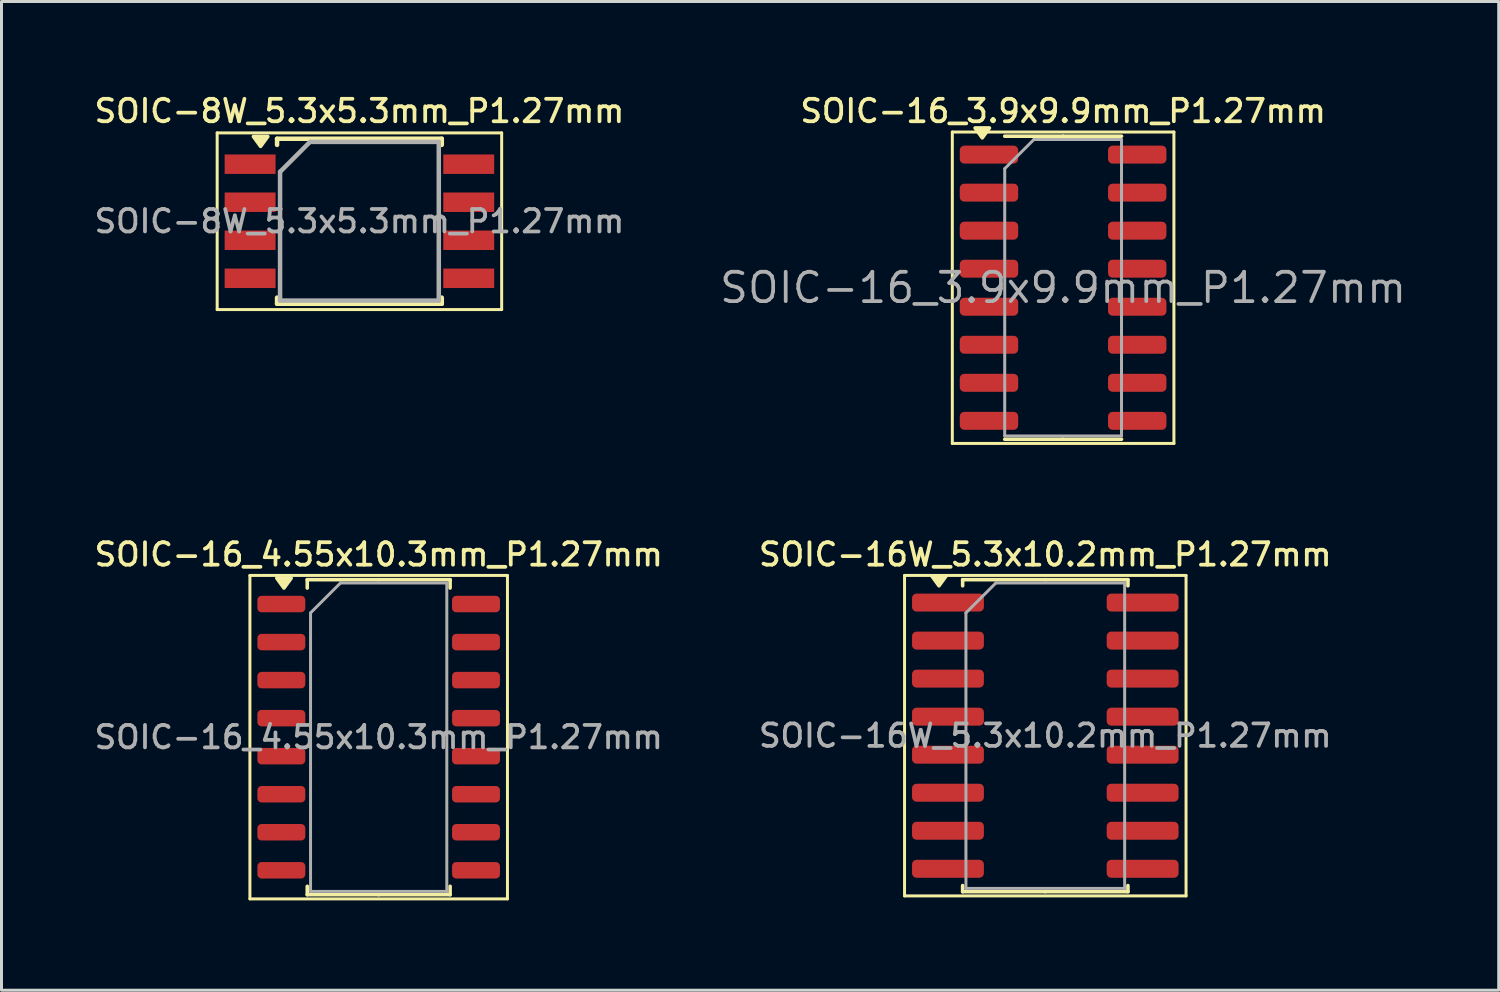
<source format=kicad_pcb>
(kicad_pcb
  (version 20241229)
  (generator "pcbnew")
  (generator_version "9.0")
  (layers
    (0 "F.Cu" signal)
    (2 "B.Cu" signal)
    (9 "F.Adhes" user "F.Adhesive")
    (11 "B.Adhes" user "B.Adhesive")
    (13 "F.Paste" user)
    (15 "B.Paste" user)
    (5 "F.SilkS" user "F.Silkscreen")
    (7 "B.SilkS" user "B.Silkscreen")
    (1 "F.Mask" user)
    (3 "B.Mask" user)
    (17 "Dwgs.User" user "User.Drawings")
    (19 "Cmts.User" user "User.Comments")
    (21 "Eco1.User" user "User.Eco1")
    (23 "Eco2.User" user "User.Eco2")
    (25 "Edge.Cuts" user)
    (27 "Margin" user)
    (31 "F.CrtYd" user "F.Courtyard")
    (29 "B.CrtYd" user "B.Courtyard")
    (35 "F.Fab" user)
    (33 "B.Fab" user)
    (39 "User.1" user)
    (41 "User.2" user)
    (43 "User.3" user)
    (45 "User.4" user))
  (footprint "SOIC-16W_5.3x10.2mm_P1.27mm"
    (layer "F.Cu")
    (at 31.855 21.516)
    (property "Reference" "SOIC-16W_5.3x10.2mm_P1.27mm" (at 0 -6.05 0) (layer "F.SilkS") (effects (font (size 0.75 0.75) (thickness 0.125))))
    (attr smd)
    (fp_line (start -4.7 -5.35) (end -4.7 5.35) (stroke (width 0.1) (type solid)) (layer "F.SilkS"))
    (fp_line (start -4.7 5.35) (end 4.7 5.35) (stroke (width 0.1) (type solid)) (layer "F.SilkS"))
    (fp_line (start -2.76 -5.21) (end -2.76 -5.005) (stroke (width 0.12) (type solid)) (layer "F.SilkS"))
    (fp_line (start -2.76 5.21) (end -2.76 5.005) (stroke (width 0.12) (type solid)) (layer "F.SilkS"))
    (fp_line (start 0 -5.21) (end -2.76 -5.21) (stroke (width 0.12) (type solid)) (layer "F.SilkS"))
    (fp_line (start 0 -5.21) (end 2.76 -5.21) (stroke (width 0.12) (type solid)) (layer "F.SilkS"))
    (fp_line (start 0 5.21) (end -2.76 5.21) (stroke (width 0.12) (type solid)) (layer "F.SilkS"))
    (fp_line (start 0 5.21) (end 2.76 5.21) (stroke (width 0.12) (type solid)) (layer "F.SilkS"))
    (fp_line (start 2.76 -5.21) (end 2.76 -5.005) (stroke (width 0.12) (type solid)) (layer "F.SilkS"))
    (fp_line (start 2.76 5.21) (end 2.76 5.005) (stroke (width 0.12) (type solid)) (layer "F.SilkS"))
    (fp_line (start 4.7 -5.35) (end -4.7 -5.35) (stroke (width 0.1) (type solid)) (layer "F.SilkS"))
    (fp_line (start 4.7 5.35) (end 4.7 -5.35) (stroke (width 0.1) (type solid)) (layer "F.SilkS"))
    (fp_poly (pts (xy -3.55 -5.005) (xy -3.79 -5.335) (xy -3.31 -5.335) (xy -3.55 -5.005)) (stroke (width 0.12) (type solid)) (fill yes) (layer "F.SilkS"))
    (fp_line (start -2.65 -4.1) (end -1.65 -5.1) (stroke (width 0.1) (type solid)) (layer "F.Fab"))
    (fp_line (start -2.65 5.1) (end -2.65 -4.1) (stroke (width 0.1) (type solid)) (layer "F.Fab"))
    (fp_line (start -1.65 -5.1) (end 2.65 -5.1) (stroke (width 0.1) (type solid)) (layer "F.Fab"))
    (fp_line (start 2.65 -5.1) (end 2.65 5.1) (stroke (width 0.1) (type solid)) (layer "F.Fab"))
    (fp_line (start 2.65 5.1) (end -2.65 5.1) (stroke (width 0.1) (type solid)) (layer "F.Fab"))
    (fp_text user "${REFERENCE}" (at 0 0 0) (layer "F.Fab") (effects (font (size 0.75 0.75) (thickness 0.125))))
    (pad "1" smd roundrect (at -3.25 -4.445) (size 2.4 0.6) (layers "F.Cu" "F.Mask" "F.Paste") (roundrect_rratio 0.25))
    (pad "2" smd roundrect (at -3.25 -3.175) (size 2.4 0.6) (layers "F.Cu" "F.Mask" "F.Paste") (roundrect_rratio 0.25))
    (pad "3" smd roundrect (at -3.25 -1.905) (size 2.4 0.6) (layers "F.Cu" "F.Mask" "F.Paste") (roundrect_rratio 0.25))
    (pad "4" smd roundrect (at -3.25 -0.635) (size 2.4 0.6) (layers "F.Cu" "F.Mask" "F.Paste") (roundrect_rratio 0.25))
    (pad "5" smd roundrect (at -3.25 0.635) (size 2.4 0.6) (layers "F.Cu" "F.Mask" "F.Paste") (roundrect_rratio 0.25))
    (pad "6" smd roundrect (at -3.25 1.905) (size 2.4 0.6) (layers "F.Cu" "F.Mask" "F.Paste") (roundrect_rratio 0.25))
    (pad "7" smd roundrect (at -3.25 3.175) (size 2.4 0.6) (layers "F.Cu" "F.Mask" "F.Paste") (roundrect_rratio 0.25))
    (pad "8" smd roundrect (at -3.25 4.445) (size 2.4 0.6) (layers "F.Cu" "F.Mask" "F.Paste") (roundrect_rratio 0.25))
    (pad "9" smd roundrect (at 3.25 4.445) (size 2.4 0.6) (layers "F.Cu" "F.Mask" "F.Paste") (roundrect_rratio 0.25))
    (pad "10" smd roundrect (at 3.25 3.175) (size 2.4 0.6) (layers "F.Cu" "F.Mask" "F.Paste") (roundrect_rratio 0.25))
    (pad "11" smd roundrect (at 3.25 1.905) (size 2.4 0.6) (layers "F.Cu" "F.Mask" "F.Paste") (roundrect_rratio 0.25))
    (pad "12" smd roundrect (at 3.25 0.635) (size 2.4 0.6) (layers "F.Cu" "F.Mask" "F.Paste") (roundrect_rratio 0.25))
    (pad "13" smd roundrect (at 3.25 -0.635) (size 2.4 0.6) (layers "F.Cu" "F.Mask" "F.Paste") (roundrect_rratio 0.25))
    (pad "14" smd roundrect (at 3.25 -1.905) (size 2.4 0.6) (layers "F.Cu" "F.Mask" "F.Paste") (roundrect_rratio 0.25))
    (pad "15" smd roundrect (at 3.25 -3.175) (size 2.4 0.6) (layers "F.Cu" "F.Mask" "F.Paste") (roundrect_rratio 0.25))
    (pad "16" smd roundrect (at 3.25 -4.445) (size 2.4 0.6) (layers "F.Cu" "F.Mask" "F.Paste") (roundrect_rratio 0.25)))
  (footprint "SOIC-8W_5.3x5.3mm_P1.27mm"
    (layer "F.Cu")
    (at 8.952 4.338)
    (property "Reference" "SOIC-8W_5.3x5.3mm_P1.27mm" (at 0 -3.68 0) (layer "F.SilkS") (effects (font (size 0.75 0.75) (thickness 0.125))))
    (attr smd)
    (fp_line (start -4.75 -2.95) (end -4.75 2.95) (stroke (width 0.1) (type solid)) (layer "F.SilkS"))
    (fp_line (start -4.75 -2.95) (end 4.75 -2.95) (stroke (width 0.1) (type solid)) (layer "F.SilkS"))
    (fp_line (start -4.75 2.95) (end 4.75 2.95) (stroke (width 0.1) (type solid)) (layer "F.SilkS"))
    (fp_line (start -2.75 -2.755) (end -2.75 -2.55) (stroke (width 0.15) (type solid)) (layer "F.SilkS"))
    (fp_line (start -2.75 -2.755) (end 2.75 -2.755) (stroke (width 0.15) (type solid)) (layer "F.SilkS"))
    (fp_line (start -2.75 2.755) (end -2.75 2.55) (stroke (width 0.15) (type solid)) (layer "F.SilkS"))
    (fp_line (start -2.75 2.755) (end 2.75 2.755) (stroke (width 0.15) (type solid)) (layer "F.SilkS"))
    (fp_line (start 2.75 -2.755) (end 2.75 -2.55) (stroke (width 0.15) (type solid)) (layer "F.SilkS"))
    (fp_line (start 2.75 2.755) (end 2.75 2.55) (stroke (width 0.15) (type solid)) (layer "F.SilkS"))
    (fp_line (start 4.75 -2.95) (end 4.75 2.95) (stroke (width 0.1) (type solid)) (layer "F.SilkS"))
    (fp_poly (pts (xy -3.3 -2.5) (xy -3.54 -2.83) (xy -3.06 -2.83) (xy -3.3 -2.5)) (stroke (width 0.12) (type solid)) (fill yes) (layer "F.SilkS"))
    (fp_line (start -2.65 -1.65) (end -1.65 -2.65) (stroke (width 0.15) (type solid)) (layer "F.Fab"))
    (fp_line (start -2.65 2.65) (end -2.65 -1.65) (stroke (width 0.15) (type solid)) (layer "F.Fab"))
    (fp_line (start -1.65 -2.65) (end 2.65 -2.65) (stroke (width 0.15) (type solid)) (layer "F.Fab"))
    (fp_line (start 2.65 -2.65) (end 2.65 2.65) (stroke (width 0.15) (type solid)) (layer "F.Fab"))
    (fp_line (start 2.65 2.65) (end -2.65 2.65) (stroke (width 0.15) (type solid)) (layer "F.Fab"))
    (fp_text user "${REFERENCE}" (at 0 0 0) (layer "F.Fab") (effects (font (size 0.75 0.75) (thickness 0.125))))
    (pad "1" smd rect (at -3.65 -1.905) (size 1.7 0.65) (layers "F.Cu" "F.Mask" "F.Paste"))
    (pad "2" smd rect (at -3.65 -0.635) (size 1.7 0.65) (layers "F.Cu" "F.Mask" "F.Paste"))
    (pad "3" smd rect (at -3.65 0.635) (size 1.7 0.65) (layers "F.Cu" "F.Mask" "F.Paste"))
    (pad "4" smd rect (at -3.65 1.905) (size 1.7 0.65) (layers "F.Cu" "F.Mask" "F.Paste"))
    (pad "5" smd rect (at 3.65 1.905) (size 1.7 0.65) (layers "F.Cu" "F.Mask" "F.Paste"))
    (pad "6" smd rect (at 3.65 0.635) (size 1.7 0.65) (layers "F.Cu" "F.Mask" "F.Paste"))
    (pad "7" smd rect (at 3.65 -0.635) (size 1.7 0.65) (layers "F.Cu" "F.Mask" "F.Paste"))
    (pad "8" smd rect (at 3.65 -1.905) (size 1.7 0.65) (layers "F.Cu" "F.Mask" "F.Paste")))
  (footprint "SOIC-16_3.9x9.9mm_P1.27mm"
    (layer "F.Cu")
    (at 32.45 6.558)
    (property "Reference" "SOIC-16_3.9x9.9mm_P1.27mm" (at 0 -5.9 0) (layer "F.SilkS") (effects (font (size 0.75 0.75) (thickness 0.125))))
    (attr smd)
    (fp_line (start -3.7 -5.2) (end -3.7 5.2) (stroke (width 0.1) (type solid)) (layer "F.SilkS"))
    (fp_line (start -3.7 5.2) (end 3.7 5.2) (stroke (width 0.1) (type solid)) (layer "F.SilkS"))
    (fp_line (start 0 -5.06) (end -1.95 -5.06) (stroke (width 0.12) (type solid)) (layer "F.SilkS"))
    (fp_line (start 0 -5.06) (end 1.95 -5.06) (stroke (width 0.12) (type solid)) (layer "F.SilkS"))
    (fp_line (start 0 5.06) (end -1.95 5.06) (stroke (width 0.12) (type solid)) (layer "F.SilkS"))
    (fp_line (start 0 5.06) (end 1.95 5.06) (stroke (width 0.12) (type solid)) (layer "F.SilkS"))
    (fp_line (start 3.7 -5.2) (end -3.7 -5.2) (stroke (width 0.1) (type solid)) (layer "F.SilkS"))
    (fp_line (start 3.7 5.2) (end 3.7 -5.2) (stroke (width 0.1) (type solid)) (layer "F.SilkS"))
    (fp_poly (pts (xy -2.7 -5.005) (xy -2.94 -5.335) (xy -2.46 -5.335) (xy -2.7 -5.005)) (stroke (width 0.12) (type solid)) (fill yes) (layer "F.SilkS"))
    (fp_line (start -1.95 -3.975) (end -0.975 -4.95) (stroke (width 0.1) (type solid)) (layer "F.Fab"))
    (fp_line (start -1.95 4.95) (end -1.95 -3.975) (stroke (width 0.1) (type solid)) (layer "F.Fab"))
    (fp_line (start -0.975 -4.95) (end 1.95 -4.95) (stroke (width 0.1) (type solid)) (layer "F.Fab"))
    (fp_line (start 1.95 -4.95) (end 1.95 4.95) (stroke (width 0.1) (type solid)) (layer "F.Fab"))
    (fp_line (start 1.95 4.95) (end -1.95 4.95) (stroke (width 0.1) (type solid)) (layer "F.Fab"))
    (fp_text user "${REFERENCE}" (at 0 0 0) (layer "F.Fab") (effects (font (size 0.98 0.98) (thickness 0.125))))
    (pad "1" smd roundrect (at -2.475 -4.445) (size 1.95 0.6) (layers "F.Cu" "F.Mask" "F.Paste") (roundrect_rratio 0.25))
    (pad "2" smd roundrect (at -2.475 -3.175) (size 1.95 0.6) (layers "F.Cu" "F.Mask" "F.Paste") (roundrect_rratio 0.25))
    (pad "3" smd roundrect (at -2.475 -1.905) (size 1.95 0.6) (layers "F.Cu" "F.Mask" "F.Paste") (roundrect_rratio 0.25))
    (pad "4" smd roundrect (at -2.475 -0.635) (size 1.95 0.6) (layers "F.Cu" "F.Mask" "F.Paste") (roundrect_rratio 0.25))
    (pad "5" smd roundrect (at -2.475 0.635) (size 1.95 0.6) (layers "F.Cu" "F.Mask" "F.Paste") (roundrect_rratio 0.25))
    (pad "6" smd roundrect (at -2.475 1.905) (size 1.95 0.6) (layers "F.Cu" "F.Mask" "F.Paste") (roundrect_rratio 0.25))
    (pad "7" smd roundrect (at -2.475 3.175) (size 1.95 0.6) (layers "F.Cu" "F.Mask" "F.Paste") (roundrect_rratio 0.25))
    (pad "8" smd roundrect (at -2.475 4.445) (size 1.95 0.6) (layers "F.Cu" "F.Mask" "F.Paste") (roundrect_rratio 0.25))
    (pad "9" smd roundrect (at 2.475 4.445) (size 1.95 0.6) (layers "F.Cu" "F.Mask" "F.Paste") (roundrect_rratio 0.25))
    (pad "10" smd roundrect (at 2.475 3.175) (size 1.95 0.6) (layers "F.Cu" "F.Mask" "F.Paste") (roundrect_rratio 0.25))
    (pad "11" smd roundrect (at 2.475 1.905) (size 1.95 0.6) (layers "F.Cu" "F.Mask" "F.Paste") (roundrect_rratio 0.25))
    (pad "12" smd roundrect (at 2.475 0.635) (size 1.95 0.6) (layers "F.Cu" "F.Mask" "F.Paste") (roundrect_rratio 0.25))
    (pad "13" smd roundrect (at 2.475 -0.635) (size 1.95 0.6) (layers "F.Cu" "F.Mask" "F.Paste") (roundrect_rratio 0.25))
    (pad "14" smd roundrect (at 2.475 -1.905) (size 1.95 0.6) (layers "F.Cu" "F.Mask" "F.Paste") (roundrect_rratio 0.25))
    (pad "15" smd roundrect (at 2.475 -3.175) (size 1.95 0.6) (layers "F.Cu" "F.Mask" "F.Paste") (roundrect_rratio 0.25))
    (pad "16" smd roundrect (at 2.475 -4.445) (size 1.95 0.6) (layers "F.Cu" "F.Mask" "F.Paste") (roundrect_rratio 0.25)))
  (footprint "SOIC-16_4.55x10.3mm_P1.27mm"
    (layer "F.Cu")
    (at 9.595 21.566)
    (property "Reference" "SOIC-16_4.55x10.3mm_P1.27mm" (at 0 -6.1 0) (layer "F.SilkS") (effects (font (size 0.75 0.75) (thickness 0.125))))
    (attr smd)
    (fp_line (start -4.3 -5.4) (end -4.3 5.4) (stroke (width 0.1) (type solid)) (layer "F.SilkS"))
    (fp_line (start -4.3 5.4) (end 4.3 5.4) (stroke (width 0.1) (type solid)) (layer "F.SilkS"))
    (fp_line (start -2.385 -5.26) (end -2.385 -4.98) (stroke (width 0.12) (type solid)) (layer "F.SilkS"))
    (fp_line (start -2.385 5.26) (end -2.385 4.98) (stroke (width 0.12) (type solid)) (layer "F.SilkS"))
    (fp_line (start 0 -5.26) (end -2.385 -5.26) (stroke (width 0.12) (type solid)) (layer "F.SilkS"))
    (fp_line (start 0 -5.26) (end 2.385 -5.26) (stroke (width 0.12) (type solid)) (layer "F.SilkS"))
    (fp_line (start 0 5.26) (end -2.385 5.26) (stroke (width 0.12) (type solid)) (layer "F.SilkS"))
    (fp_line (start 0 5.26) (end 2.385 5.26) (stroke (width 0.12) (type solid)) (layer "F.SilkS"))
    (fp_line (start 2.385 -5.26) (end 2.385 -4.98) (stroke (width 0.12) (type solid)) (layer "F.SilkS"))
    (fp_line (start 2.385 5.26) (end 2.385 4.98) (stroke (width 0.12) (type solid)) (layer "F.SilkS"))
    (fp_line (start 4.3 -5.4) (end -4.3 -5.4) (stroke (width 0.1) (type solid)) (layer "F.SilkS"))
    (fp_line (start 4.3 5.4) (end 4.3 -5.4) (stroke (width 0.1) (type solid)) (layer "F.SilkS"))
    (fp_poly (pts (xy -3.163 -4.98) (xy -3.402 -5.31) (xy -2.922 -5.31) (xy -3.163 -4.98)) (stroke (width 0.12) (type solid)) (fill yes) (layer "F.SilkS"))
    (fp_line (start -2.275 -4.15) (end -1.275 -5.15) (stroke (width 0.1) (type solid)) (layer "F.Fab"))
    (fp_line (start -2.275 5.15) (end -2.275 -4.15) (stroke (width 0.1) (type solid)) (layer "F.Fab"))
    (fp_line (start -1.275 -5.15) (end 2.275 -5.15) (stroke (width 0.1) (type solid)) (layer "F.Fab"))
    (fp_line (start 2.275 -5.15) (end 2.275 5.15) (stroke (width 0.1) (type solid)) (layer "F.Fab"))
    (fp_line (start 2.275 5.15) (end -2.275 5.15) (stroke (width 0.1) (type solid)) (layer "F.Fab"))
    (fp_text user "${REFERENCE}" (at 0 0 0) (layer "F.Fab") (effects (font (size 0.75 0.75) (thickness 0.125))))
    (pad "1" smd roundrect (at -3.25 -4.445) (size 1.6 0.55) (layers "F.Cu" "F.Mask" "F.Paste") (roundrect_rratio 0.25))
    (pad "2" smd roundrect (at -3.25 -3.175) (size 1.6 0.55) (layers "F.Cu" "F.Mask" "F.Paste") (roundrect_rratio 0.25))
    (pad "3" smd roundrect (at -3.25 -1.905) (size 1.6 0.55) (layers "F.Cu" "F.Mask" "F.Paste") (roundrect_rratio 0.25))
    (pad "4" smd roundrect (at -3.25 -0.635) (size 1.6 0.55) (layers "F.Cu" "F.Mask" "F.Paste") (roundrect_rratio 0.25))
    (pad "5" smd roundrect (at -3.25 0.635) (size 1.6 0.55) (layers "F.Cu" "F.Mask" "F.Paste") (roundrect_rratio 0.25))
    (pad "6" smd roundrect (at -3.25 1.905) (size 1.6 0.55) (layers "F.Cu" "F.Mask" "F.Paste") (roundrect_rratio 0.25))
    (pad "7" smd roundrect (at -3.25 3.175) (size 1.6 0.55) (layers "F.Cu" "F.Mask" "F.Paste") (roundrect_rratio 0.25))
    (pad "8" smd roundrect (at -3.25 4.445) (size 1.6 0.55) (layers "F.Cu" "F.Mask" "F.Paste") (roundrect_rratio 0.25))
    (pad "9" smd roundrect (at 3.25 4.445) (size 1.6 0.55) (layers "F.Cu" "F.Mask" "F.Paste") (roundrect_rratio 0.25))
    (pad "10" smd roundrect (at 3.25 3.175) (size 1.6 0.55) (layers "F.Cu" "F.Mask" "F.Paste") (roundrect_rratio 0.25))
    (pad "11" smd roundrect (at 3.25 1.905) (size 1.6 0.55) (layers "F.Cu" "F.Mask" "F.Paste") (roundrect_rratio 0.25))
    (pad "12" smd roundrect (at 3.25 0.635) (size 1.6 0.55) (layers "F.Cu" "F.Mask" "F.Paste") (roundrect_rratio 0.25))
    (pad "13" smd roundrect (at 3.25 -0.635) (size 1.6 0.55) (layers "F.Cu" "F.Mask" "F.Paste") (roundrect_rratio 0.25))
    (pad "14" smd roundrect (at 3.25 -1.905) (size 1.6 0.55) (layers "F.Cu" "F.Mask" "F.Paste") (roundrect_rratio 0.25))
    (pad "15" smd roundrect (at 3.25 -3.175) (size 1.6 0.55) (layers "F.Cu" "F.Mask" "F.Paste") (roundrect_rratio 0.25))
    (pad "16" smd roundrect (at 3.25 -4.445) (size 1.6 0.55) (layers "F.Cu" "F.Mask" "F.Paste") (roundrect_rratio 0.25)))
  (gr_rect
    (start -3 -3)
    (end 46.996 30.016)
    (stroke (width 0.1) (type default))
    (fill no)
    (layer "Edge.Cuts")))
</source>
